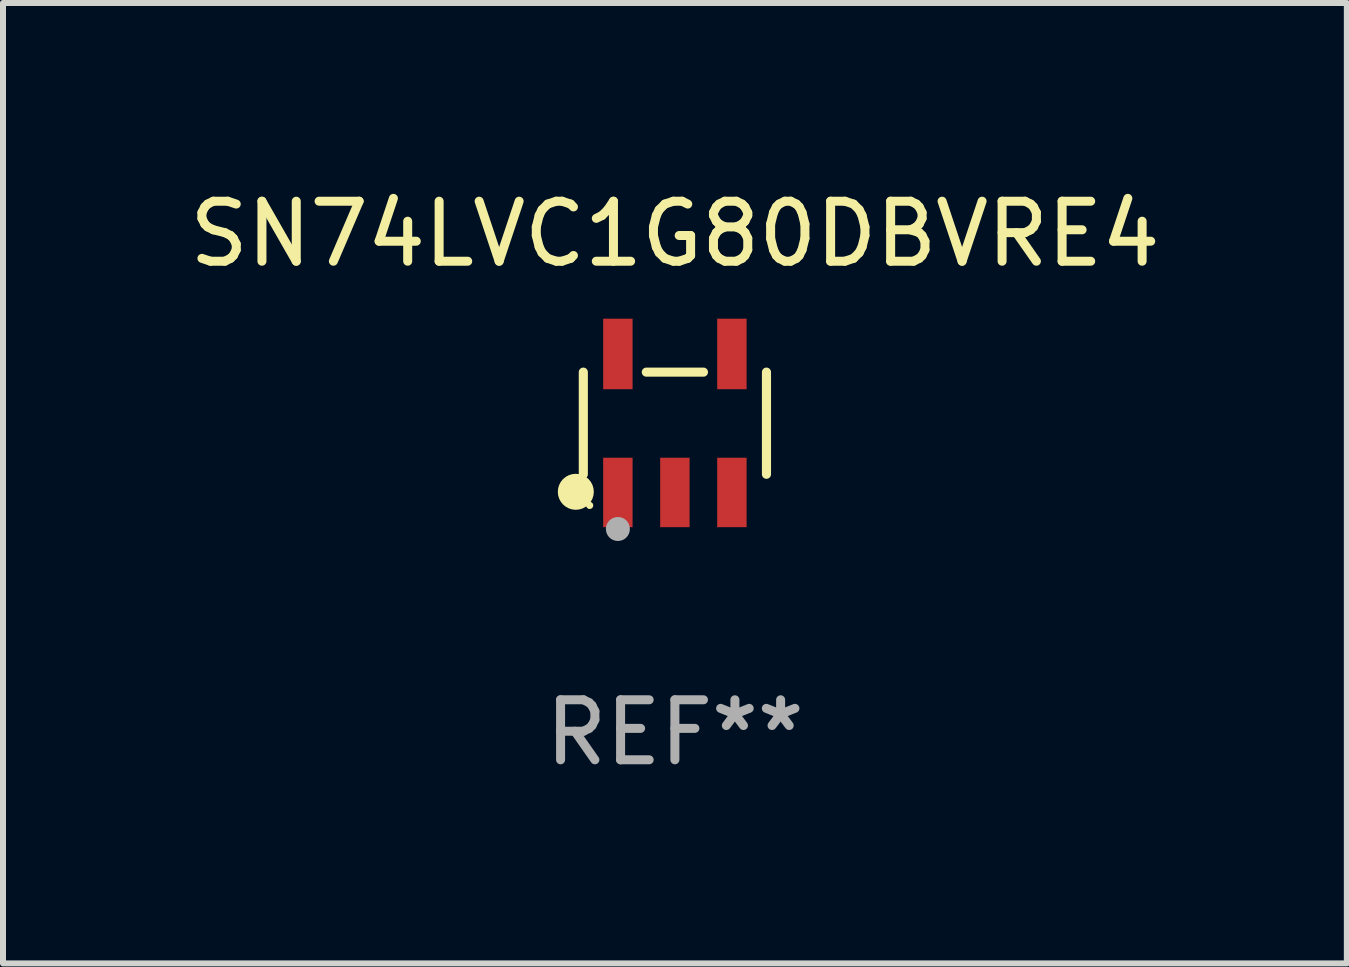
<source format=kicad_pcb>
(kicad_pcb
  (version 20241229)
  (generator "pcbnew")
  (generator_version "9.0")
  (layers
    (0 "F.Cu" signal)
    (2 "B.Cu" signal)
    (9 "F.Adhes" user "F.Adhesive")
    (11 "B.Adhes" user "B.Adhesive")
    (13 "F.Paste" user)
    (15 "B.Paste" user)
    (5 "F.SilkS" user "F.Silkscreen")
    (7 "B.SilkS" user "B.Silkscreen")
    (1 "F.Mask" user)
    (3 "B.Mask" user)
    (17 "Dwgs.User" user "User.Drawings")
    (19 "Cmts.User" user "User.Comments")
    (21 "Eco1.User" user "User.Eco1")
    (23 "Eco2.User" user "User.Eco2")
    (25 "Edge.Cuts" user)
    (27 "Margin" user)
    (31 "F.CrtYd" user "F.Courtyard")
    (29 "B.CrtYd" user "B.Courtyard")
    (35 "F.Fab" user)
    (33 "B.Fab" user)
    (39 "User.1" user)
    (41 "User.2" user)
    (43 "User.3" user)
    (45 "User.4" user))
  (footprint "SN74LVC1G80DBVRE4"
    (layer "F.Cu")
    (at 8.196 4.002)
    (property "Reference" "SN74LVC1G80DBVRE4" (at 0 -3.154 0) (layer "F.SilkS") (effects (font (size 1 1) (thickness 0.15))))
    (attr through_hole)
    (fp_line (start -1.526 0.851) (end -1.526 -0.851) (stroke (width 0.152) (type solid)) (layer "F.SilkS"))
    (fp_line (start 0.476 -0.851) (end -0.476 -0.851) (stroke (width 0.152) (type solid)) (layer "F.SilkS"))
    (fp_line (start 1.526 0.851) (end 1.526 -0.851) (stroke (width 0.152) (type solid)) (layer "F.SilkS"))
    (fp_circle (center -1.651 1.143) (end -1.501 1.143) (stroke (width 0.3) (type solid)) (fill no) (layer "F.SilkS"))
    (fp_circle (center -1.42 1.37) (end -1.39 1.37) (stroke (width 0.06) (type solid)) (fill no) (layer "F.SilkS"))
    (fp_circle (center -0.95 1.763) (end -0.85 1.763) (stroke (width 0.2) (type solid)) (fill no) (layer "F.Fab"))
    (fp_text user "REF**" (at 0 5.154 0) (layer "F.Fab") (effects (font (size 1 1) (thickness 0.15))))
    (pad "1" smd rect (at -0.95 1.154) (size 0.49 1.157) (layers "F.Cu" "F.Mask" "F.Paste"))
    (pad "2" smd rect (at 0 1.154) (size 0.49 1.157) (layers "F.Cu" "F.Mask" "F.Paste"))
    (pad "3" smd rect (at 0.95 1.154) (size 0.49 1.157) (layers "F.Cu" "F.Mask" "F.Paste"))
    (pad "4" smd rect (at 0.95 -1.154) (size 0.49 1.175) (layers "F.Cu" "F.Mask" "F.Paste"))
    (pad "5" smd rect (at -0.95 -1.154) (size 0.49 1.175) (layers "F.Cu" "F.Mask" "F.Paste")))
  (gr_rect
    (start -3 -3)
    (end 19.393 13.004)
    (stroke (width 0.1) (type default))
    (fill no)
    (layer "Edge.Cuts")))
</source>
